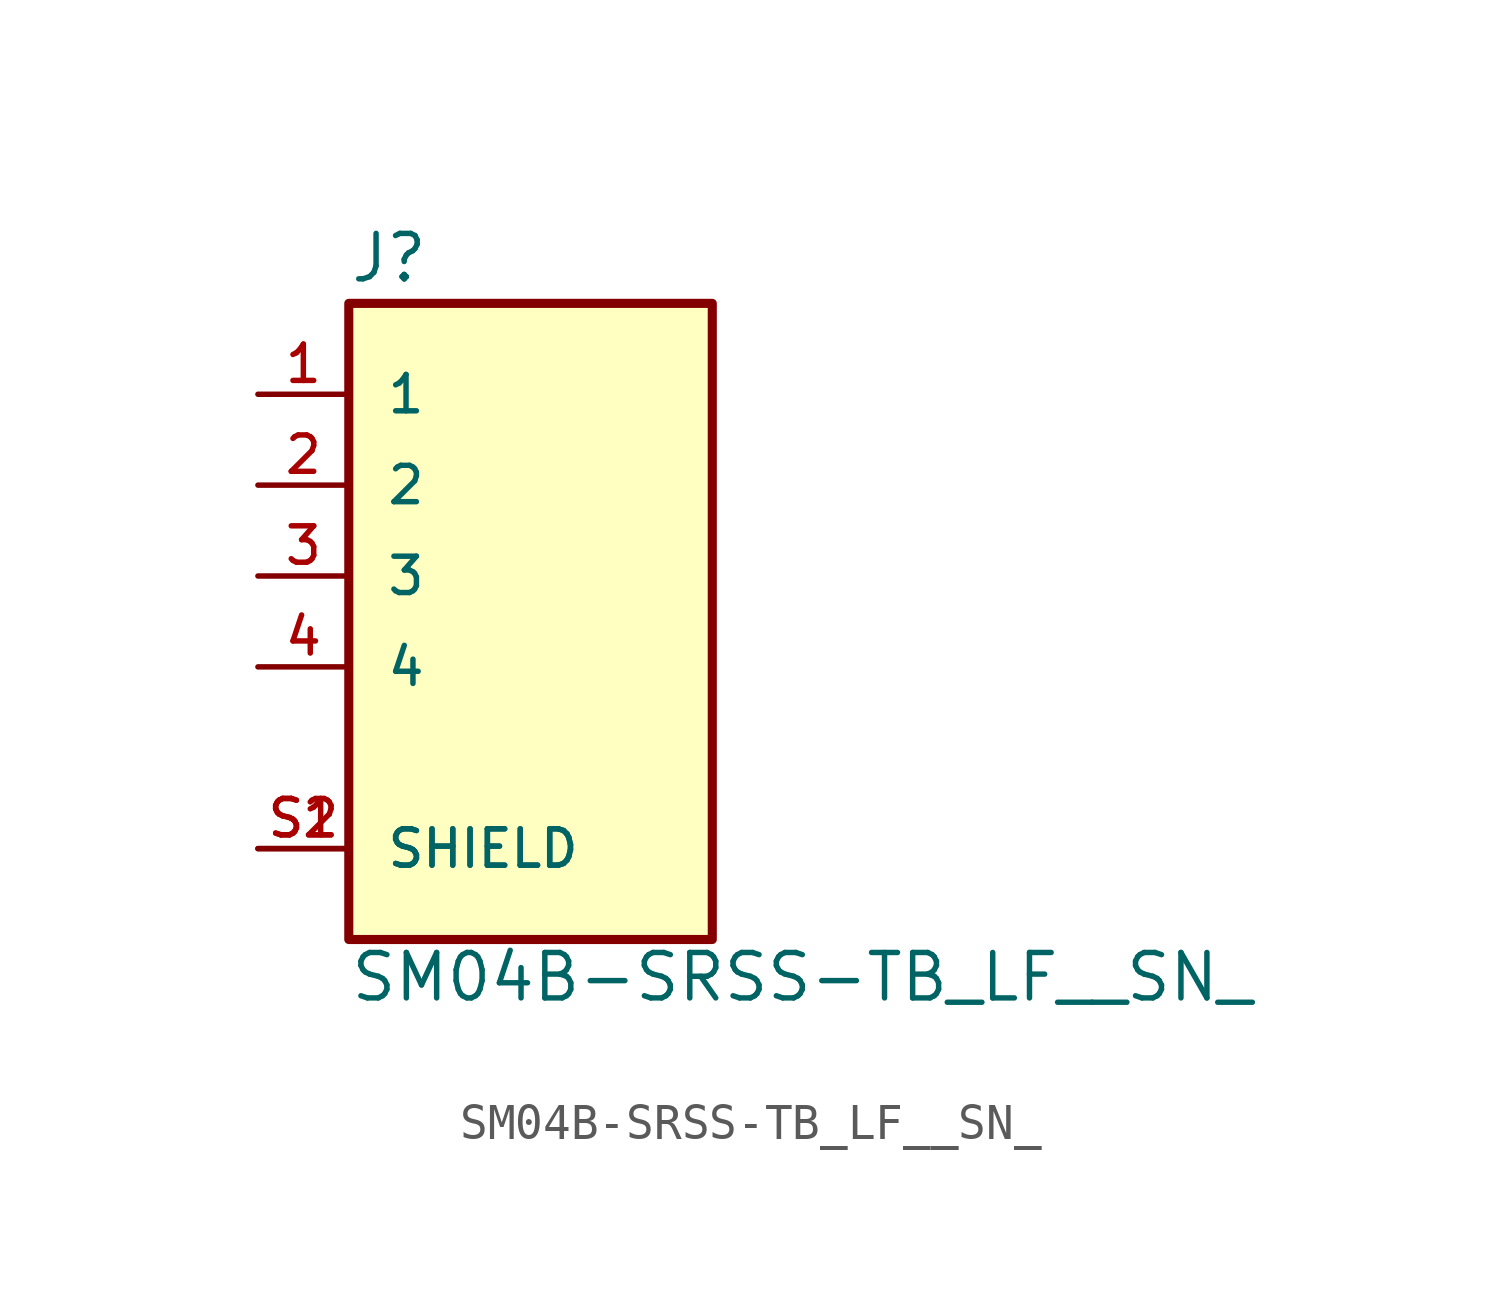
<source format=kicad_sym>
(kicad_symbol_lib
  (version 20220914)
  (generator kicad_symbol_editor)
  (symbol "SM04B-SRSS-TB_LF__SN_"
    (pin_names
      (offset 1.016))
    (property "Reference" "J"
      (at -5.083 8.143 0)
      (effects (font (size 1.27 1.27)) (justify left bottom)))
    (property "Value" "SM04B-SRSS-TB_LF__SN_"
      (at -5.083 -11.956 0)
      (effects (font (size 1.27 1.27)) (justify left bottom)))
    (symbol "SM04B-SRSS-TB_LF__SN__0_0"
      (rectangle (start -5.08 -10.16) (end 5.08 7.62) (stroke (width 0.254) (type default)) (fill (type background)))
      (pin passive line (at -7.62 5.08 0) (length 2.54) (name "1" (effects (font (size 1.016 1.016)))) (number "1" (effects (font (size 1.016 1.016)))))
      (pin passive line (at -7.62 2.54 0) (length 2.54) (name "2" (effects (font (size 1.016 1.016)))) (number "2" (effects (font (size 1.016 1.016)))))
      (pin passive line (at -7.62 0 0) (length 2.54) (name "3" (effects (font (size 1.016 1.016)))) (number "3" (effects (font (size 1.016 1.016)))))
      (pin passive line (at -7.62 -2.54 0) (length 2.54) (name "4" (effects (font (size 1.016 1.016)))) (number "4" (effects (font (size 1.016 1.016)))))
      (pin passive line (at -7.62 -7.62 0) (length 2.54) (name "SHIELD" (effects (font (size 1.016 1.016)))) (number "S1" (effects (font (size 1.016 1.016)))))
      (pin passive line (at -7.62 -7.62 0) (length 2.54) (name "SHIELD" (effects (font (size 1.016 1.016)))) (number "S2" (effects (font (size 1.016 1.016))))))))
</source>
